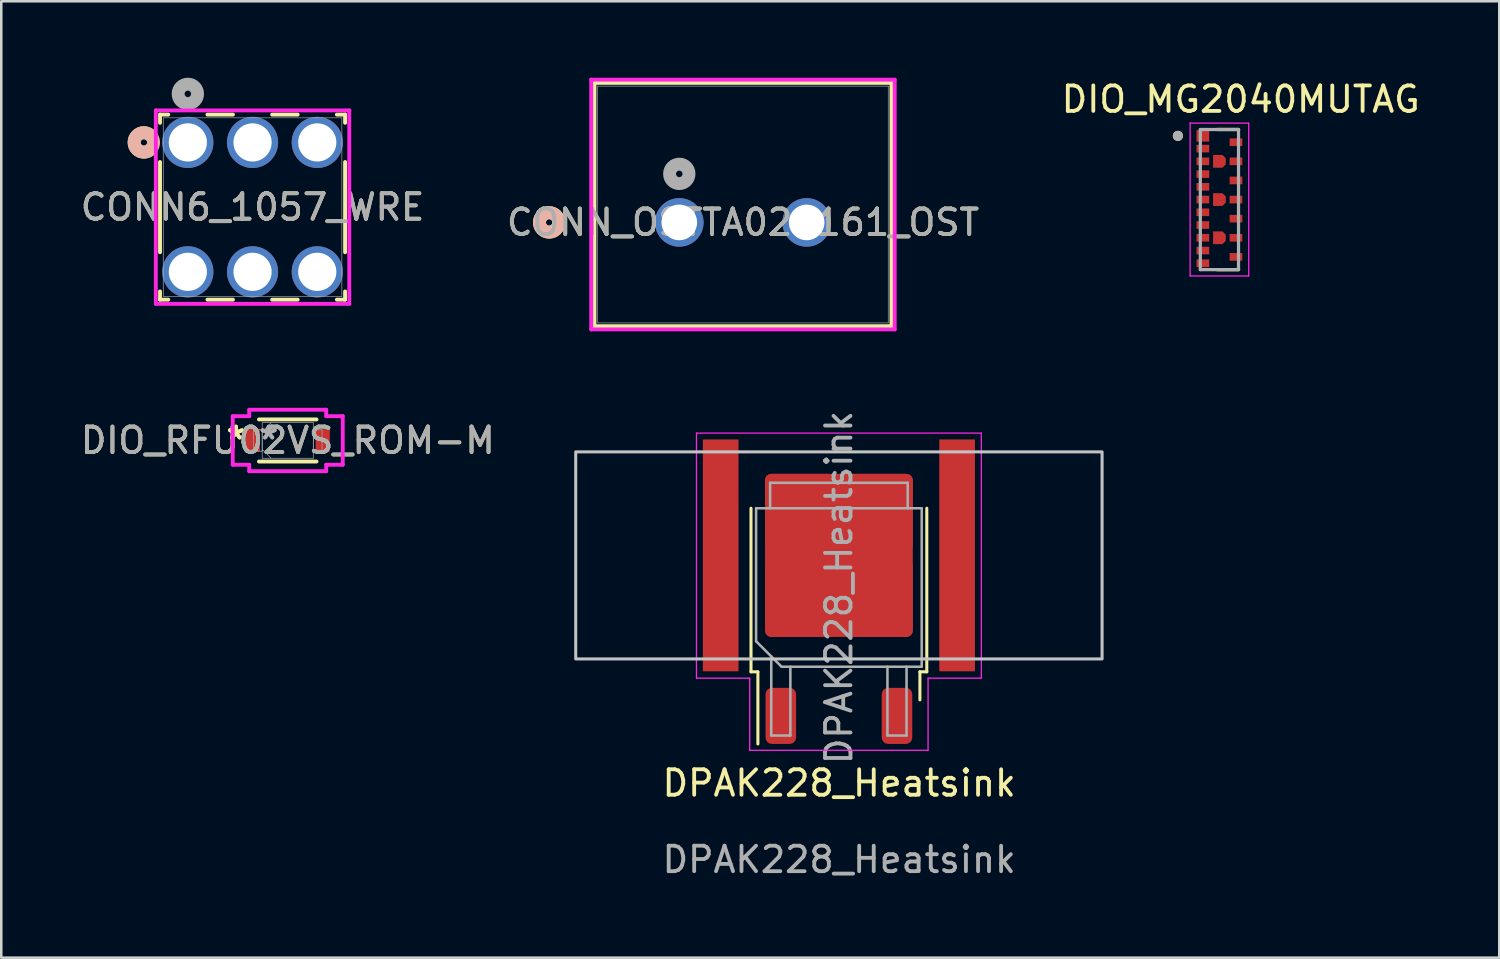
<source format=kicad_pcb>
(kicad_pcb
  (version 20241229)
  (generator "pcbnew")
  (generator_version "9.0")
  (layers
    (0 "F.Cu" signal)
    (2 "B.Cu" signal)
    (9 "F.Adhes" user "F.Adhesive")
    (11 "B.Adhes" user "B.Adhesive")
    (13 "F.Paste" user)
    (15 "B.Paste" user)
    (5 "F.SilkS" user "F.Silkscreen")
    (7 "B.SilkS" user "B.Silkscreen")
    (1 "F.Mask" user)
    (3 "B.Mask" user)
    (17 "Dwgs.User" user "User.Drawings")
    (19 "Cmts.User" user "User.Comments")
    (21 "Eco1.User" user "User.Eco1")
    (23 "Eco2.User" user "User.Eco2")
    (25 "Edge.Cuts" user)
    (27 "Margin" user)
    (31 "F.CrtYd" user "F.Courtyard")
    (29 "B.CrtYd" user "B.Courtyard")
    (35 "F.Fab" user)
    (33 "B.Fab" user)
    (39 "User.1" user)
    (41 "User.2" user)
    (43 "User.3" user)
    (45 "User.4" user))
  (footprint "CONN_OSTTA020161_OST"
    (layer "F.Cu")
    (at 23.613 5.68)
    (property "Reference" "CONN_OSTTA020161_OST" (at 2.5 0 0) (unlocked yes) (layer "F.SilkS") (effects (font (size 1 1) (thickness 0.15))))
    (attr through_hole)
    (fp_line (start -3.329 -5.477) (end -3.329 4.073) (stroke (width 0.152) (type solid)) (layer "F.SilkS"))
    (fp_line (start -3.329 4.073) (end 8.329 4.073) (stroke (width 0.152) (type solid)) (layer "F.SilkS"))
    (fp_line (start 8.329 -5.477) (end -3.329 -5.477) (stroke (width 0.152) (type solid)) (layer "F.SilkS"))
    (fp_line (start 8.329 4.073) (end 8.329 -5.477) (stroke (width 0.152) (type solid)) (layer "F.SilkS"))
    (fp_circle (center -5.107 0) (end -4.726 0) (stroke (width 0.508) (type solid)) (fill no) (layer "F.SilkS"))
    (fp_circle (center -5.107 0) (end -4.726 0) (stroke (width 0.508) (type solid)) (fill no) (layer "B.SilkS"))
    (fp_line (start -3.456 -5.604) (end -3.456 4.2) (stroke (width 0.152) (type solid)) (layer "F.CrtYd"))
    (fp_line (start -3.456 4.2) (end 8.456 4.2) (stroke (width 0.152) (type solid)) (layer "F.CrtYd"))
    (fp_line (start 8.456 -5.604) (end -3.456 -5.604) (stroke (width 0.152) (type solid)) (layer "F.CrtYd"))
    (fp_line (start 8.456 4.2) (end 8.456 -5.604) (stroke (width 0.152) (type solid)) (layer "F.CrtYd"))
    (fp_line (start -3.202 -5.35) (end -3.202 3.946) (stroke (width 0.025) (type solid)) (layer "F.Fab"))
    (fp_line (start -3.202 3.946) (end 8.202 3.946) (stroke (width 0.025) (type solid)) (layer "F.Fab"))
    (fp_line (start 8.202 -5.35) (end -3.202 -5.35) (stroke (width 0.025) (type solid)) (layer "F.Fab"))
    (fp_line (start 8.202 3.946) (end 8.202 -5.35) (stroke (width 0.025) (type solid)) (layer "F.Fab"))
    (fp_circle (center 0 -1.905) (end 0.381 -1.905) (stroke (width 0.508) (type solid)) (fill no) (layer "F.Fab"))
    (fp_text user "${REFERENCE}" (at 2.5 0 0) (unlocked yes) (layer "F.Fab") (effects (font (size 1 1) (thickness 0.15))))
    (pad "1" thru_hole circle (at 0 0) (size 1.905 1.905) (drill 1.397) (layers "*.Cu" "*.Mask"))
    (pad "2" thru_hole circle (at 5 0) (size 1.905 1.905) (drill 1.397) (layers "*.Cu" "*.Mask")))
  (footprint "DPAK228_Heatsink"
    (layer "F.Cu")
    (at 29.878 18.75)
    (property "Reference" "DPAK228_Heatsink" (at 0.01 8.94 0) (unlocked yes) (layer "F.SilkS") (effects (font (size 1 1) (thickness 0.15))))
    (attr smd)
    (fp_line (start -3.45 -1.85) (end -3.45 4.57) (stroke (width 0.12) (type solid)) (layer "F.SilkS"))
    (fp_line (start -3.45 4.57) (end -3.18 4.57) (stroke (width 0.12) (type solid)) (layer "F.SilkS"))
    (fp_line (start -3.18 4.57) (end -3.18 7.4) (stroke (width 0.12) (type solid)) (layer "F.SilkS"))
    (fp_line (start 3.18 4.57) (end 3.18 5.67) (stroke (width 0.12) (type solid)) (layer "F.SilkS"))
    (fp_line (start 3.45 -1.85) (end 3.45 4.57) (stroke (width 0.12) (type solid)) (layer "F.SilkS"))
    (fp_line (start 3.45 4.57) (end 3.18 4.57) (stroke (width 0.12) (type solid)) (layer "F.SilkS"))
    (fp_rect (start -10.33 -4.064) (end 10.33 4.064) (stroke (width 0.12) (type default)) (fill no) (layer "Dwgs.User"))
    (fp_line (start -5.59 -4.8) (end -5.59 4.82) (stroke (width 0.05) (type solid)) (layer "F.CrtYd"))
    (fp_line (start -5.59 4.82) (end -3.5 4.82) (stroke (width 0.05) (type solid)) (layer "F.CrtYd"))
    (fp_line (start -3.5 4.82) (end -3.5 7.65) (stroke (width 0.05) (type solid)) (layer "F.CrtYd"))
    (fp_line (start -3.5 7.65) (end 3.5 7.65) (stroke (width 0.05) (type solid)) (layer "F.CrtYd"))
    (fp_line (start 3.5 4.82) (end 5.59 4.82) (stroke (width 0.05) (type solid)) (layer "F.CrtYd"))
    (fp_line (start 3.5 7.65) (end 3.5 4.82) (stroke (width 0.05) (type solid)) (layer "F.CrtYd"))
    (fp_line (start 5.59 -4.8) (end -5.59 -4.8) (stroke (width 0.05) (type solid)) (layer "F.CrtYd"))
    (fp_line (start 5.59 4.82) (end 5.59 -4.8) (stroke (width 0.05) (type solid)) (layer "F.CrtYd"))
    (fp_line (start -3.25 -1.85) (end 3.25 -1.85) (stroke (width 0.1) (type solid)) (layer "F.Fab"))
    (fp_line (start -3.25 3.37) (end -3.25 -1.85) (stroke (width 0.1) (type solid)) (layer "F.Fab"))
    (fp_line (start -2.7 -2.85) (end 2.7 -2.85) (stroke (width 0.1) (type solid)) (layer "F.Fab"))
    (fp_line (start -2.7 -1.85) (end -2.7 -2.85) (stroke (width 0.1) (type solid)) (layer "F.Fab"))
    (fp_line (start -2.655 3.965) (end -2.655 7.07) (stroke (width 0.1) (type solid)) (layer "F.Fab"))
    (fp_line (start -2.655 7.07) (end -1.905 7.07) (stroke (width 0.1) (type solid)) (layer "F.Fab"))
    (fp_line (start -2.25 4.37) (end -3.25 3.37) (stroke (width 0.1) (type solid)) (layer "F.Fab"))
    (fp_line (start -1.905 7.07) (end -1.905 4.37) (stroke (width 0.1) (type solid)) (layer "F.Fab"))
    (fp_line (start 1.905 4.37) (end 1.905 7.07) (stroke (width 0.1) (type solid)) (layer "F.Fab"))
    (fp_line (start 1.905 7.07) (end 2.655 7.07) (stroke (width 0.1) (type solid)) (layer "F.Fab"))
    (fp_line (start 2.655 7.07) (end 2.655 4.37) (stroke (width 0.1) (type solid)) (layer "F.Fab"))
    (fp_line (start 2.7 -2.85) (end 2.7 -1.85) (stroke (width 0.1) (type solid)) (layer "F.Fab"))
    (fp_line (start 3.25 -1.85) (end 3.25 4.37) (stroke (width 0.1) (type solid)) (layer "F.Fab"))
    (fp_line (start 3.25 4.37) (end -2.25 4.37) (stroke (width 0.1) (type solid)) (layer "F.Fab"))
    (fp_text user "${REFERENCE}" (at 0.01 11.94 0) (unlocked yes) (layer "F.Fab") (effects (font (size 1 1) (thickness 0.15))))
    (fp_text user "${REFERENCE}" (at 0 1.26 90) (layer "F.Fab") (effects (font (size 1 1) (thickness 0.15))))
    (pad "1" smd roundrect (at -2.28 6.3 90) (size 2.2 1.2) (layers "F.Cu" "F.Mask" "F.Paste") (roundrect_rratio 0.208))
    (pad "2" smd rect (at -4.64 0) (size 1.4 9.1) (layers "F.Cu" "F.Mask" "F.Paste"))
    (pad "2" smd roundrect (at -1.525 -1.675 90) (size 3.05 2.75) (layers "F.Cu" "F.Paste") (roundrect_rratio 0.091))
    (pad "2" smd roundrect (at -1.525 1.675 90) (size 3.05 2.75) (layers "F.Cu" "F.Paste") (roundrect_rratio 0.091))
    (pad "2" smd roundrect (at 0 0 90) (size 6.4 5.8) (layers "F.Cu" "F.Mask") (roundrect_rratio 0.043))
    (pad "2" smd roundrect (at 1.525 -1.675 90) (size 3.05 2.75) (layers "F.Cu" "F.Paste") (roundrect_rratio 0.091))
    (pad "2" smd roundrect (at 1.525 1.675 90) (size 3.05 2.75) (layers "F.Cu" "F.Paste") (roundrect_rratio 0.091))
    (pad "2" smd rect (at 4.64 0) (size 1.4 9.1) (layers "F.Cu" "F.Mask" "F.Paste"))
    (pad "3" smd roundrect (at 2.28 6.3 90) (size 2.2 1.2) (layers "F.Cu" "F.Mask" "F.Paste") (roundrect_rratio 0.208)))
  (footprint "DIO_MG2040MUTAG"
    (layer "F.Cu")
    (at 44.814 4.783)
    (property "Reference" "DIO_MG2040MUTAG" (at 0.835 -3.935 0) (layer "F.SilkS") (effects (font (size 1 1) (thickness 0.15))))
    (attr smd)
    (fp_poly (pts (xy -0.35 -1.85) (xy -0.35 -1.15) (xy 0.12 -1.15) (xy 0.35 -1.38) (xy 0.35 -1.62) (xy 0.12 -1.85)) (stroke (width 0.001) (type solid)) (fill yes) (layer "F.Mask"))
    (fp_poly (pts (xy -0.35 -0.35) (xy -0.35 0.35) (xy 0.12 0.35) (xy 0.35 0.12) (xy 0.35 -0.12) (xy 0.12 -0.35)) (stroke (width 0.001) (type solid)) (fill yes) (layer "F.Mask"))
    (fp_poly (pts (xy -0.35 1.15) (xy -0.35 1.85) (xy 0.12 1.85) (xy 0.35 1.62) (xy 0.35 1.38) (xy 0.12 1.15)) (stroke (width 0.001) (type solid)) (fill yes) (layer "F.Mask"))
    (fp_line (start -0.1 -2.75) (end 0.75 -2.75) (stroke (width 0.127) (type solid)) (layer "F.SilkS"))
    (fp_line (start -0.1 2.75) (end 0.75 2.75) (stroke (width 0.127) (type solid)) (layer "F.SilkS"))
    (fp_circle (center -1.63 -2.5) (end -1.53 -2.5) (stroke (width 0.2) (type solid)) (fill no) (layer "F.SilkS"))
    (fp_poly (pts (xy 0.12 -1.75) (xy 0.12 -1.25) (xy 0.25 -1.38) (xy 0.25 -1.62)) (stroke (width 0.0001) (type solid)) (fill yes) (layer "F.Paste"))
    (fp_poly (pts (xy 0.12 -0.25) (xy 0.12 0.25) (xy 0.25 0.12) (xy 0.25 -0.12)) (stroke (width 0.0001) (type solid)) (fill yes) (layer "F.Paste"))
    (fp_poly (pts (xy 0.12 1.25) (xy 0.12 1.75) (xy 0.25 1.62) (xy 0.25 1.38)) (stroke (width 0.0001) (type solid)) (fill yes) (layer "F.Paste"))
    (fp_line (start -1.15 -3) (end 1.15 -3) (stroke (width 0.05) (type solid)) (layer "F.CrtYd"))
    (fp_line (start -1.15 3) (end -1.15 -3) (stroke (width 0.05) (type solid)) (layer "F.CrtYd"))
    (fp_line (start 1.15 -3) (end 1.15 3) (stroke (width 0.05) (type solid)) (layer "F.CrtYd"))
    (fp_line (start 1.15 3) (end -1.15 3) (stroke (width 0.05) (type solid)) (layer "F.CrtYd"))
    (fp_line (start -0.75 -2.75) (end -0.75 2.75) (stroke (width 0.127) (type solid)) (layer "F.Fab"))
    (fp_line (start -0.75 2.75) (end 0.75 2.75) (stroke (width 0.127) (type solid)) (layer "F.Fab"))
    (fp_line (start 0.75 -2.75) (end -0.75 -2.75) (stroke (width 0.127) (type solid)) (layer "F.Fab"))
    (fp_line (start 0.75 2.75) (end 0.75 -2.75) (stroke (width 0.127) (type solid)) (layer "F.Fab"))
    (fp_circle (center -1.63 -2.5) (end -1.53 -2.5) (stroke (width 0.2) (type solid)) (fill no) (layer "F.Fab"))
    (pad "1" smd rect (at -0.65 -2.5) (size 0.5 0.45) (layers "F.Cu" "F.Mask" "F.Paste"))
    (pad "2" smd rect (at -0.65 -2) (size 0.5 0.3) (layers "F.Cu" "F.Mask" "F.Paste"))
    (pad "3" smd rect (at -0.65 -1.5) (size 0.5 0.3) (layers "F.Cu" "F.Mask" "F.Paste"))
    (pad "4" smd rect (at -0.65 -1) (size 0.5 0.3) (layers "F.Cu" "F.Mask" "F.Paste"))
    (pad "5" smd rect (at -0.65 -0.5) (size 0.5 0.3) (layers "F.Cu" "F.Mask" "F.Paste"))
    (pad "6" smd rect (at -0.65 0) (size 0.5 0.3) (layers "F.Cu" "F.Mask" "F.Paste"))
    (pad "7" smd rect (at -0.65 0.5) (size 0.5 0.3) (layers "F.Cu" "F.Mask" "F.Paste"))
    (pad "8" smd rect (at -0.65 1) (size 0.5 0.3) (layers "F.Cu" "F.Mask" "F.Paste"))
    (pad "9" smd rect (at -0.65 1.5) (size 0.5 0.3) (layers "F.Cu" "F.Mask" "F.Paste"))
    (pad "10" smd rect (at -0.65 2) (size 0.5 0.3) (layers "F.Cu" "F.Mask" "F.Paste"))
    (pad "11" smd rect (at -0.65 2.5) (size 0.5 0.3) (layers "F.Cu" "F.Mask" "F.Paste"))
    (pad "12" smd rect (at 0.65 2.25) (size 0.5 0.3) (layers "F.Cu" "F.Mask" "F.Paste"))
    (pad "13" smd rect (at 0.65 1.5) (size 0.5 0.3) (layers "F.Cu" "F.Mask" "F.Paste"))
    (pad "14" smd rect (at 0.65 0.75) (size 0.5 0.3) (layers "F.Cu" "F.Mask" "F.Paste"))
    (pad "15" smd rect (at 0.65 0) (size 0.5 0.3) (layers "F.Cu" "F.Mask" "F.Paste"))
    (pad "16" smd rect (at 0.65 -0.75) (size 0.5 0.3) (layers "F.Cu" "F.Mask" "F.Paste"))
    (pad "17" smd rect (at 0.65 -1.5) (size 0.5 0.3) (layers "F.Cu" "F.Mask" "F.Paste"))
    (pad "18" smd rect (at 0.65 -2.25) (size 0.5 0.3) (layers "F.Cu" "F.Mask" "F.Paste"))
    (pad "19" smd custom (at -0.065 -1.5) (size 0.37 0.5) (layers "F.Cu" "F.Paste") (options (anchor rect)) (primitives (gr_poly (pts (xy 0.185 -0.25) (xy 0.185 0.25) (xy 0.315 0.12) (xy 0.315 -0.12)) (width 0.0001) (fill yes))))
    (pad "20" smd custom (at -0.065 0) (size 0.37 0.5) (layers "F.Cu" "F.Paste") (options (anchor rect)) (primitives (gr_poly (pts (xy 0.185 -0.25) (xy 0.185 0.25) (xy 0.315 0.12) (xy 0.315 -0.12)) (width 0.0001) (fill yes))))
    (pad "21" smd custom (at -0.065 1.5) (size 0.37 0.5) (layers "F.Cu" "F.Paste") (options (anchor rect)) (primitives (gr_poly (pts (xy 0.185 -0.25) (xy 0.185 0.25) (xy 0.315 0.12) (xy 0.315 -0.12)) (width 0.0001) (fill yes)))))
  (footprint "DIO_RFU02VS_ROM-M"
    (layer "F.Cu")
    (at 8.244 14.239)
    (property "Reference" "DIO_RFU02VS_ROM-M" (at 0 0 0) (unlocked yes) (layer "F.SilkS") (effects (font (size 1 1) (thickness 0.15))))
    (attr smd)
    (fp_line (start -1.13 0.826) (end 1.13 0.826) (stroke (width 0.152) (type solid)) (layer "F.SilkS"))
    (fp_line (start 1.13 -0.826) (end -1.13 -0.826) (stroke (width 0.152) (type solid)) (layer "F.SilkS"))
    (fp_line (start -2.159 -0.953) (end -1.511 -0.953) (stroke (width 0.152) (type solid)) (layer "F.CrtYd"))
    (fp_line (start -2.159 0.953) (end -2.159 -0.953) (stroke (width 0.152) (type solid)) (layer "F.CrtYd"))
    (fp_line (start -1.511 -1.206) (end 1.511 -1.206) (stroke (width 0.152) (type solid)) (layer "F.CrtYd"))
    (fp_line (start -1.511 -0.953) (end -1.511 -1.206) (stroke (width 0.152) (type solid)) (layer "F.CrtYd"))
    (fp_line (start -1.511 0.953) (end -2.159 0.953) (stroke (width 0.152) (type solid)) (layer "F.CrtYd"))
    (fp_line (start -1.511 1.206) (end -1.511 0.953) (stroke (width 0.152) (type solid)) (layer "F.CrtYd"))
    (fp_line (start 1.511 -1.206) (end 1.511 -0.953) (stroke (width 0.152) (type solid)) (layer "F.CrtYd"))
    (fp_line (start 1.511 -0.953) (end 2.159 -0.953) (stroke (width 0.152) (type solid)) (layer "F.CrtYd"))
    (fp_line (start 1.511 0.953) (end 1.511 1.206) (stroke (width 0.152) (type solid)) (layer "F.CrtYd"))
    (fp_line (start 1.511 1.206) (end -1.511 1.206) (stroke (width 0.152) (type solid)) (layer "F.CrtYd"))
    (fp_line (start 2.159 -0.953) (end 2.159 0.953) (stroke (width 0.152) (type solid)) (layer "F.CrtYd"))
    (fp_line (start 2.159 0.953) (end 1.511 0.953) (stroke (width 0.152) (type solid)) (layer "F.CrtYd"))
    (fp_line (start -1.346 -0.419) (end -1.346 0.419) (stroke (width 0.025) (type solid)) (layer "F.Fab"))
    (fp_line (start -1.346 0.419) (end -1.003 0.419) (stroke (width 0.025) (type solid)) (layer "F.Fab"))
    (fp_line (start -1.003 -0.699) (end -1.003 0.699) (stroke (width 0.025) (type solid)) (layer "F.Fab"))
    (fp_line (start -1.003 -0.419) (end -1.346 -0.419) (stroke (width 0.025) (type solid)) (layer "F.Fab"))
    (fp_line (start -1.003 -0.349) (end -0.654 -0.699) (stroke (width 0.025) (type solid)) (layer "F.Fab"))
    (fp_line (start -1.003 0.349) (end -0.654 0.699) (stroke (width 0.025) (type solid)) (layer "F.Fab"))
    (fp_line (start -1.003 0.419) (end -1.003 -0.419) (stroke (width 0.025) (type solid)) (layer "F.Fab"))
    (fp_line (start -1.003 0.699) (end 1.003 0.699) (stroke (width 0.025) (type solid)) (layer "F.Fab"))
    (fp_line (start 1.003 -0.699) (end -1.003 -0.699) (stroke (width 0.025) (type solid)) (layer "F.Fab"))
    (fp_line (start 1.003 -0.419) (end 1.003 0.419) (stroke (width 0.025) (type solid)) (layer "F.Fab"))
    (fp_line (start 1.003 0.419) (end 1.346 0.419) (stroke (width 0.025) (type solid)) (layer "F.Fab"))
    (fp_line (start 1.003 0.699) (end 1.003 -0.699) (stroke (width 0.025) (type solid)) (layer "F.Fab"))
    (fp_line (start 1.346 -0.419) (end 1.003 -0.419) (stroke (width 0.025) (type solid)) (layer "F.Fab"))
    (fp_line (start 1.346 0.419) (end 1.346 -0.419) (stroke (width 0.025) (type solid)) (layer "F.Fab"))
    (fp_text user "*" (at -2.032 0 0) (layer "F.SilkS") (effects (font (size 1 1) (thickness 0.15))))
    (fp_text user "*" (at -2.032 0 0) (unlocked yes) (layer "F.SilkS") (effects (font (size 1 1) (thickness 0.15))))
    (fp_text user "*" (at -0.749 0 0) (unlocked yes) (layer "F.Fab") (effects (font (size 1 1) (thickness 0.15))))
    (fp_text user "*" (at -0.749 0 0) (layer "F.Fab") (effects (font (size 1 1) (thickness 0.15))))
    (fp_text user "${REFERENCE}" (at 0 0 0) (unlocked yes) (layer "F.Fab") (effects (font (size 1 1) (thickness 0.15))))
    (pad "1" smd rect (at -1.372 0) (size 0.559 0.889) (layers "F.Cu" "F.Mask" "F.Paste"))
    (pad "2" smd rect (at 1.372 0) (size 0.559 0.889) (layers "F.Cu" "F.Mask" "F.Paste")))
  (footprint "CONN6_1057_WRE"
    (layer "F.Cu")
    (at 4.323 2.54)
    (property "Reference" "CONN6_1057_WRE" (at 2.54 2.54 0) (unlocked yes) (layer "F.SilkS") (effects (font (size 1 1) (thickness 0.15))))
    (attr through_hole)
    (fp_line (start -1.092 -1.092) (end -1.092 -0.769) (stroke (width 0.152) (type solid)) (layer "F.SilkS"))
    (fp_line (start -1.092 0.769) (end -1.092 4.311) (stroke (width 0.152) (type solid)) (layer "F.SilkS"))
    (fp_line (start -1.092 5.849) (end -1.092 6.172) (stroke (width 0.152) (type solid)) (layer "F.SilkS"))
    (fp_line (start -1.092 6.172) (end -0.769 6.172) (stroke (width 0.152) (type solid)) (layer "F.SilkS"))
    (fp_line (start -0.769 -1.092) (end -1.092 -1.092) (stroke (width 0.152) (type solid)) (layer "F.SilkS"))
    (fp_line (start 0.769 6.172) (end 1.771 6.172) (stroke (width 0.152) (type solid)) (layer "F.SilkS"))
    (fp_line (start 1.771 -1.092) (end 0.769 -1.092) (stroke (width 0.152) (type solid)) (layer "F.SilkS"))
    (fp_line (start 3.309 6.172) (end 4.311 6.172) (stroke (width 0.152) (type solid)) (layer "F.SilkS"))
    (fp_line (start 4.311 -1.092) (end 3.309 -1.092) (stroke (width 0.152) (type solid)) (layer "F.SilkS"))
    (fp_line (start 5.849 6.172) (end 6.172 6.172) (stroke (width 0.152) (type solid)) (layer "F.SilkS"))
    (fp_line (start 6.172 -1.092) (end 5.849 -1.092) (stroke (width 0.152) (type solid)) (layer "F.SilkS"))
    (fp_line (start 6.172 -0.769) (end 6.172 -1.092) (stroke (width 0.152) (type solid)) (layer "F.SilkS"))
    (fp_line (start 6.172 4.311) (end 6.172 0.769) (stroke (width 0.152) (type solid)) (layer "F.SilkS"))
    (fp_line (start 6.172 6.172) (end 6.172 5.849) (stroke (width 0.152) (type solid)) (layer "F.SilkS"))
    (fp_arc (start -1.484996 0.294106) (mid -2.1082 0) (end -1.484996 -0.294106) (stroke (width 0.508) (type solid)) (layer "F.SilkS"))
    (fp_circle (center -1.727 0) (end -1.346 0) (stroke (width 0.508) (type solid)) (fill no) (layer "B.SilkS"))
    (fp_line (start -1.257 -1.257) (end -1.257 6.337) (stroke (width 0.152) (type solid)) (layer "F.CrtYd"))
    (fp_line (start -1.257 6.337) (end 6.337 6.337) (stroke (width 0.152) (type solid)) (layer "F.CrtYd"))
    (fp_line (start 6.337 -1.257) (end -1.257 -1.257) (stroke (width 0.152) (type solid)) (layer "F.CrtYd"))
    (fp_line (start 6.337 6.337) (end 6.337 -1.257) (stroke (width 0.152) (type solid)) (layer "F.CrtYd"))
    (fp_line (start -0.965 -0.965) (end -0.965 6.045) (stroke (width 0.025) (type solid)) (layer "F.Fab"))
    (fp_line (start -0.965 6.045) (end 6.045 6.045) (stroke (width 0.025) (type solid)) (layer "F.Fab"))
    (fp_line (start 6.045 -0.965) (end -0.965 -0.965) (stroke (width 0.025) (type solid)) (layer "F.Fab"))
    (fp_line (start 6.045 6.045) (end 6.045 -0.965) (stroke (width 0.025) (type solid)) (layer "F.Fab"))
    (fp_circle (center 0 -1.905) (end 0.381 -1.905) (stroke (width 0.508) (type solid)) (fill no) (layer "F.Fab"))
    (fp_text user "${REFERENCE}" (at 2.54 2.54 0) (unlocked yes) (layer "F.Fab") (effects (font (size 1 1) (thickness 0.15))))
    (pad "1" thru_hole circle (at 0 0) (size 2.007 2.007) (drill 1.499) (layers "*.Cu" "*.Mask"))
    (pad "2" thru_hole circle (at 0 5.08) (size 2.007 2.007) (drill 1.499) (layers "*.Cu" "*.Mask"))
    (pad "3" thru_hole circle (at 2.54 0) (size 2.007 2.007) (drill 1.499) (layers "*.Cu" "*.Mask"))
    (pad "4" thru_hole circle (at 2.54 5.08) (size 2.007 2.007) (drill 1.499) (layers "*.Cu" "*.Mask"))
    (pad "5" thru_hole circle (at 5.08 0) (size 2.007 2.007) (drill 1.499) (layers "*.Cu" "*.Mask"))
    (pad "6" thru_hole circle (at 5.08 5.08) (size 2.007 2.007) (drill 1.499) (layers "*.Cu" "*.Mask")))
  (gr_rect
    (start -3 -3)
    (end 55.798 34.539)
    (stroke (width 0.1) (type default))
    (fill no)
    (layer "Edge.Cuts")))
</source>
